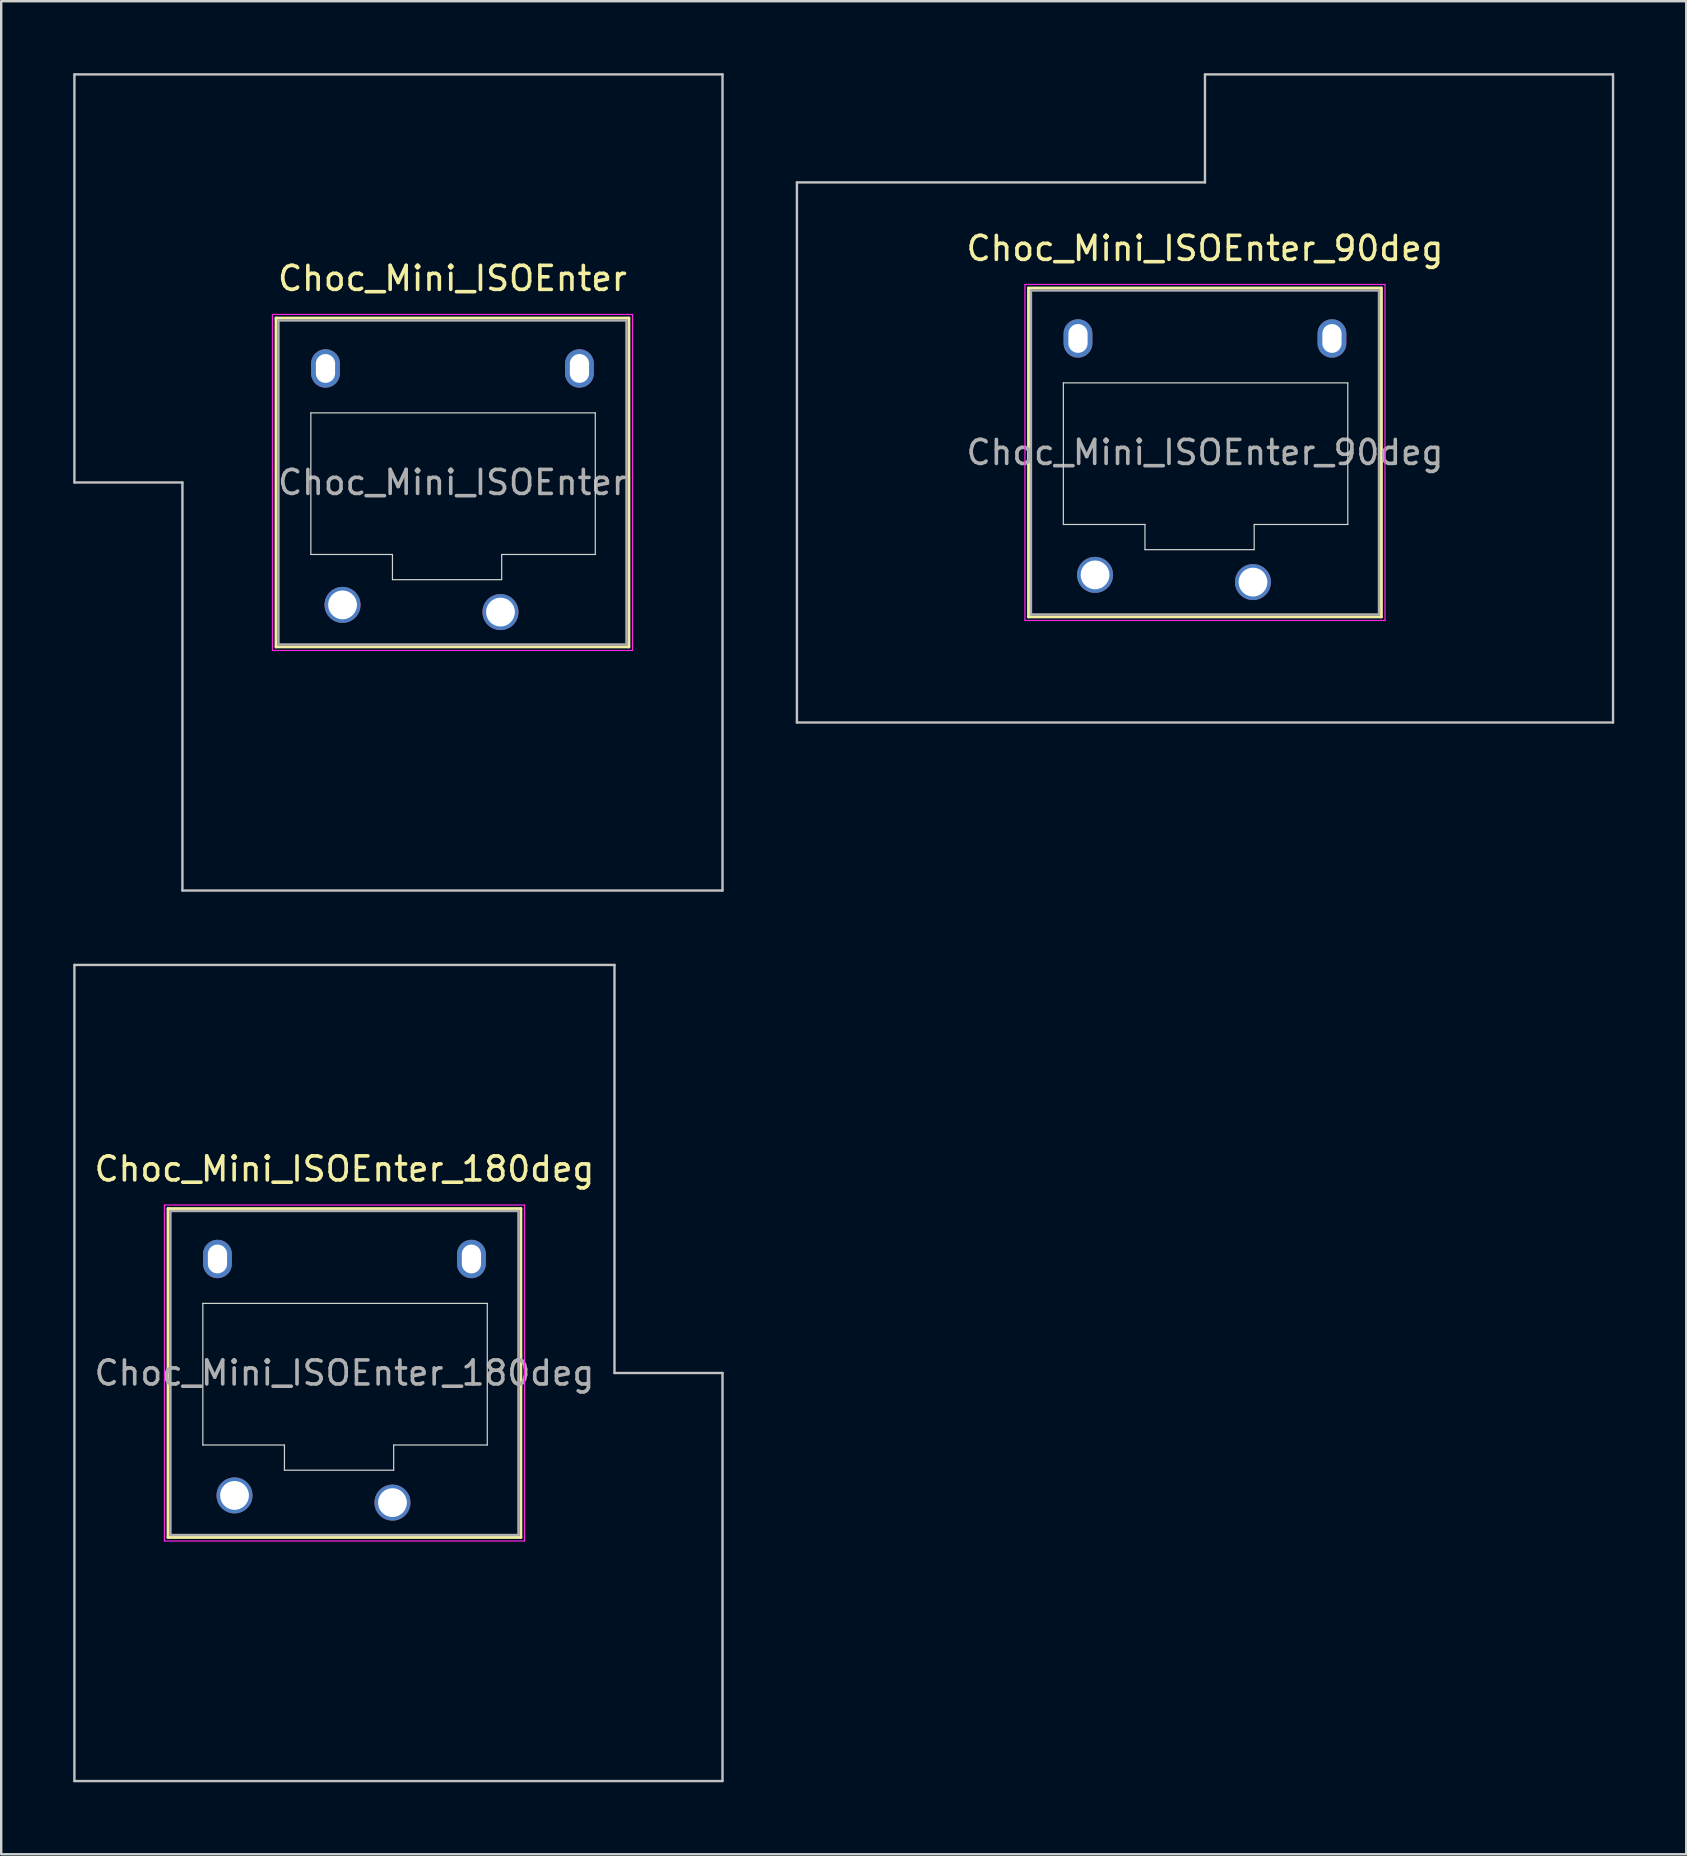
<source format=kicad_pcb>
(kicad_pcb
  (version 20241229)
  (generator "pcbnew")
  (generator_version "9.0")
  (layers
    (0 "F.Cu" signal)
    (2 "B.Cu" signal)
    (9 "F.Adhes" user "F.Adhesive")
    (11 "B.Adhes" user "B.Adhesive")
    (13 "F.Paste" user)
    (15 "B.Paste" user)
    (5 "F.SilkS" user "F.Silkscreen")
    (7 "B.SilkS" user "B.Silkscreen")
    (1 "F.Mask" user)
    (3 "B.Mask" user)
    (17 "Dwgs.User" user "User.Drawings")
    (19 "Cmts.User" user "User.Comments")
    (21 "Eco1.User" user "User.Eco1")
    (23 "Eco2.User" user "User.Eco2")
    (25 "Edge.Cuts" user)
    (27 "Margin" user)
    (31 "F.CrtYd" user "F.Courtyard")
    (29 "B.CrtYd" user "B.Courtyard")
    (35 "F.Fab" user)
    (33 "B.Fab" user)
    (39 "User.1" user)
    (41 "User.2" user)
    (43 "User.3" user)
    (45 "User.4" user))
  (footprint "Choc_Mini_ISOEnter_90deg"
    (layer "F.Cu")
    (at 47.15 15.8)
    (property "Reference" "Choc_Mini_ISOEnter_90deg" (at 0 -8.5 0) (layer "F.SilkS") (effects (font (size 1 1) (thickness 0.15))))
    (attr through_hole)
    (fp_line (start -7.35 -6.85) (end -7.35 6.85) (stroke (width 0.12) (type solid)) (layer "F.SilkS"))
    (fp_line (start -7.35 6.85) (end 7.35 6.85) (stroke (width 0.12) (type solid)) (layer "F.SilkS"))
    (fp_line (start 7.35 -6.85) (end -7.35 -6.85) (stroke (width 0.12) (type solid)) (layer "F.SilkS"))
    (fp_line (start 7.35 6.85) (end 7.35 -6.85) (stroke (width 0.12) (type solid)) (layer "F.SilkS"))
    (fp_line (start -17 -11.25) (end -17 11.25) (stroke (width 0.1) (type solid)) (layer "Dwgs.User"))
    (fp_line (start -17 11.25) (end 17 11.25) (stroke (width 0.1) (type solid)) (layer "Dwgs.User"))
    (fp_line (start 0 -15.75) (end 0 -11.25) (stroke (width 0.1) (type solid)) (layer "Dwgs.User"))
    (fp_line (start 0 -11.25) (end -17 -11.25) (stroke (width 0.1) (type solid)) (layer "Dwgs.User"))
    (fp_line (start 17 -15.75) (end 0 -15.75) (stroke (width 0.1) (type solid)) (layer "Dwgs.User"))
    (fp_line (start 17 11.25) (end 17 -15.75) (stroke (width 0.1) (type solid)) (layer "Dwgs.User"))
    (fp_line (start -6.85 -6.35) (end -6.85 6.35) (stroke (width 0.1) (type solid)) (layer "Eco1.User"))
    (fp_line (start -6.85 6.35) (end 6.85 6.35) (stroke (width 0.1) (type solid)) (layer "Eco1.User"))
    (fp_line (start 6.85 -6.35) (end -6.85 -6.35) (stroke (width 0.1) (type solid)) (layer "Eco1.User"))
    (fp_line (start 6.85 6.35) (end 6.85 -6.35) (stroke (width 0.1) (type solid)) (layer "Eco1.User"))
    (fp_line (start -5.9 -2.9) (end -5.9 3) (stroke (width 0.05) (type solid)) (layer "Edge.Cuts"))
    (fp_line (start -5.9 3) (end -2.5 3) (stroke (width 0.05) (type solid)) (layer "Edge.Cuts"))
    (fp_line (start -2.5 3) (end -2.5 4.05) (stroke (width 0.05) (type solid)) (layer "Edge.Cuts"))
    (fp_line (start -2.5 4.05) (end 2.05 4.05) (stroke (width 0.05) (type solid)) (layer "Edge.Cuts"))
    (fp_line (start 2.05 3) (end 5.95 3) (stroke (width 0.05) (type solid)) (layer "Edge.Cuts"))
    (fp_line (start 2.05 4.05) (end 2.05 3) (stroke (width 0.05) (type solid)) (layer "Edge.Cuts"))
    (fp_line (start 5.95 -2.9) (end -5.9 -2.9) (stroke (width 0.05) (type solid)) (layer "Edge.Cuts"))
    (fp_line (start 5.95 3) (end 5.95 -2.9) (stroke (width 0.05) (type solid)) (layer "Edge.Cuts"))
    (fp_line (start -7.5 -7) (end -7.5 7) (stroke (width 0.05) (type solid)) (layer "F.CrtYd"))
    (fp_line (start -7.5 7) (end 7.5 7) (stroke (width 0.05) (type solid)) (layer "F.CrtYd"))
    (fp_line (start 7.5 -7) (end -7.5 -7) (stroke (width 0.05) (type solid)) (layer "F.CrtYd"))
    (fp_line (start 7.5 7) (end 7.5 -7) (stroke (width 0.05) (type solid)) (layer "F.CrtYd"))
    (fp_line (start -7.25 -6.75) (end -7.25 6.75) (stroke (width 0.1) (type solid)) (layer "F.Fab"))
    (fp_line (start -7.25 6.75) (end 7.25 6.75) (stroke (width 0.1) (type solid)) (layer "F.Fab"))
    (fp_line (start 7.25 -6.75) (end -7.25 -6.75) (stroke (width 0.1) (type solid)) (layer "F.Fab"))
    (fp_line (start 7.25 6.75) (end 7.25 -6.75) (stroke (width 0.1) (type solid)) (layer "F.Fab"))
    (fp_text user "${REFERENCE}" (at 0 0 0) (layer "F.Fab") (effects (font (size 1 1) (thickness 0.15))))
    (pad "" np_thru_hole oval (at -5.29 -4.75) (size 1.2 1.6) (drill oval 0.8 1.2) (layers "*.Cu" "*.Mask"))
    (pad "" np_thru_hole oval (at 5.29 -4.75) (size 1.2 1.6) (drill oval 0.8 1.2) (layers "*.Cu" "*.Mask"))
    (pad "1" thru_hole circle (at 2 5.4) (size 1.5 1.5) (drill 1.2) (layers "*.Cu" "*.Mask"))
    (pad "2" thru_hole circle (at -4.58 5.1) (size 1.5 1.5) (drill 1.2) (layers "*.Cu" "*.Mask")))
  (footprint "Choc_Mini_ISOEnter"
    (layer "F.Cu")
    (at 15.8 17.05)
    (property "Reference" "Choc_Mini_ISOEnter" (at 0 -8.5 0) (layer "F.SilkS") (effects (font (size 1 1) (thickness 0.15))))
    (attr through_hole)
    (fp_line (start -7.35 -6.85) (end -7.35 6.85) (stroke (width 0.12) (type solid)) (layer "F.SilkS"))
    (fp_line (start -7.35 6.85) (end 7.35 6.85) (stroke (width 0.12) (type solid)) (layer "F.SilkS"))
    (fp_line (start 7.35 -6.85) (end -7.35 -6.85) (stroke (width 0.12) (type solid)) (layer "F.SilkS"))
    (fp_line (start 7.35 6.85) (end 7.35 -6.85) (stroke (width 0.12) (type solid)) (layer "F.SilkS"))
    (fp_line (start -15.75 -17) (end -15.75 0) (stroke (width 0.1) (type solid)) (layer "Dwgs.User"))
    (fp_line (start -15.75 0) (end -11.25 0) (stroke (width 0.1) (type solid)) (layer "Dwgs.User"))
    (fp_line (start -11.25 0) (end -11.25 17) (stroke (width 0.1) (type solid)) (layer "Dwgs.User"))
    (fp_line (start -11.25 17) (end 11.25 17) (stroke (width 0.1) (type solid)) (layer "Dwgs.User"))
    (fp_line (start 11.25 -17) (end -15.75 -17) (stroke (width 0.1) (type solid)) (layer "Dwgs.User"))
    (fp_line (start 11.25 17) (end 11.25 -17) (stroke (width 0.1) (type solid)) (layer "Dwgs.User"))
    (fp_line (start -6.85 -6.35) (end -6.85 6.35) (stroke (width 0.1) (type solid)) (layer "Eco1.User"))
    (fp_line (start -6.85 6.35) (end 6.85 6.35) (stroke (width 0.1) (type solid)) (layer "Eco1.User"))
    (fp_line (start 6.85 -6.35) (end -6.85 -6.35) (stroke (width 0.1) (type solid)) (layer "Eco1.User"))
    (fp_line (start 6.85 6.35) (end 6.85 -6.35) (stroke (width 0.1) (type solid)) (layer "Eco1.User"))
    (fp_line (start -5.9 -2.9) (end -5.9 3) (stroke (width 0.05) (type solid)) (layer "Edge.Cuts"))
    (fp_line (start -5.9 3) (end -2.5 3) (stroke (width 0.05) (type solid)) (layer "Edge.Cuts"))
    (fp_line (start -2.5 3) (end -2.5 4.05) (stroke (width 0.05) (type solid)) (layer "Edge.Cuts"))
    (fp_line (start -2.5 4.05) (end 2.05 4.05) (stroke (width 0.05) (type solid)) (layer "Edge.Cuts"))
    (fp_line (start 2.05 3) (end 5.95 3) (stroke (width 0.05) (type solid)) (layer "Edge.Cuts"))
    (fp_line (start 2.05 4.05) (end 2.05 3) (stroke (width 0.05) (type solid)) (layer "Edge.Cuts"))
    (fp_line (start 5.95 -2.9) (end -5.9 -2.9) (stroke (width 0.05) (type solid)) (layer "Edge.Cuts"))
    (fp_line (start 5.95 3) (end 5.95 -2.9) (stroke (width 0.05) (type solid)) (layer "Edge.Cuts"))
    (fp_line (start -7.5 -7) (end -7.5 7) (stroke (width 0.05) (type solid)) (layer "F.CrtYd"))
    (fp_line (start -7.5 7) (end 7.5 7) (stroke (width 0.05) (type solid)) (layer "F.CrtYd"))
    (fp_line (start 7.5 -7) (end -7.5 -7) (stroke (width 0.05) (type solid)) (layer "F.CrtYd"))
    (fp_line (start 7.5 7) (end 7.5 -7) (stroke (width 0.05) (type solid)) (layer "F.CrtYd"))
    (fp_line (start -7.25 -6.75) (end -7.25 6.75) (stroke (width 0.1) (type solid)) (layer "F.Fab"))
    (fp_line (start -7.25 6.75) (end 7.25 6.75) (stroke (width 0.1) (type solid)) (layer "F.Fab"))
    (fp_line (start 7.25 -6.75) (end -7.25 -6.75) (stroke (width 0.1) (type solid)) (layer "F.Fab"))
    (fp_line (start 7.25 6.75) (end 7.25 -6.75) (stroke (width 0.1) (type solid)) (layer "F.Fab"))
    (fp_text user "${REFERENCE}" (at 0 0 0) (layer "F.Fab") (effects (font (size 1 1) (thickness 0.15))))
    (pad "" np_thru_hole oval (at -5.29 -4.75) (size 1.2 1.6) (drill oval 0.8 1.2) (layers "*.Cu" "*.Mask"))
    (pad "" np_thru_hole oval (at 5.29 -4.75) (size 1.2 1.6) (drill oval 0.8 1.2) (layers "*.Cu" "*.Mask"))
    (pad "1" thru_hole circle (at 2 5.4) (size 1.5 1.5) (drill 1.2) (layers "*.Cu" "*.Mask"))
    (pad "2" thru_hole circle (at -4.58 5.1) (size 1.5 1.5) (drill 1.2) (layers "*.Cu" "*.Mask")))
  (footprint "Choc_Mini_ISOEnter_180deg"
    (layer "F.Cu")
    (at 11.3 54.15)
    (property "Reference" "Choc_Mini_ISOEnter_180deg" (at 0 -8.5 0) (layer "F.SilkS") (effects (font (size 1 1) (thickness 0.15))))
    (attr through_hole)
    (fp_line (start -7.35 -6.85) (end -7.35 6.85) (stroke (width 0.12) (type solid)) (layer "F.SilkS"))
    (fp_line (start -7.35 6.85) (end 7.35 6.85) (stroke (width 0.12) (type solid)) (layer "F.SilkS"))
    (fp_line (start 7.35 -6.85) (end -7.35 -6.85) (stroke (width 0.12) (type solid)) (layer "F.SilkS"))
    (fp_line (start 7.35 6.85) (end 7.35 -6.85) (stroke (width 0.12) (type solid)) (layer "F.SilkS"))
    (fp_line (start -11.25 -17) (end -11.25 17) (stroke (width 0.1) (type solid)) (layer "Dwgs.User"))
    (fp_line (start -11.25 17) (end 15.75 17) (stroke (width 0.1) (type solid)) (layer "Dwgs.User"))
    (fp_line (start 11.25 -17) (end -11.25 -17) (stroke (width 0.1) (type solid)) (layer "Dwgs.User"))
    (fp_line (start 11.25 0) (end 11.25 -17) (stroke (width 0.1) (type solid)) (layer "Dwgs.User"))
    (fp_line (start 15.75 0) (end 11.25 0) (stroke (width 0.1) (type solid)) (layer "Dwgs.User"))
    (fp_line (start 15.75 17) (end 15.75 0) (stroke (width 0.1) (type solid)) (layer "Dwgs.User"))
    (fp_line (start -6.85 -6.35) (end -6.85 6.35) (stroke (width 0.1) (type solid)) (layer "Eco1.User"))
    (fp_line (start -6.85 6.35) (end 6.85 6.35) (stroke (width 0.1) (type solid)) (layer "Eco1.User"))
    (fp_line (start 6.85 -6.35) (end -6.85 -6.35) (stroke (width 0.1) (type solid)) (layer "Eco1.User"))
    (fp_line (start 6.85 6.35) (end 6.85 -6.35) (stroke (width 0.1) (type solid)) (layer "Eco1.User"))
    (fp_line (start -5.9 -2.9) (end -5.9 3) (stroke (width 0.05) (type solid)) (layer "Edge.Cuts"))
    (fp_line (start -5.9 3) (end -2.5 3) (stroke (width 0.05) (type solid)) (layer "Edge.Cuts"))
    (fp_line (start -2.5 3) (end -2.5 4.05) (stroke (width 0.05) (type solid)) (layer "Edge.Cuts"))
    (fp_line (start -2.5 4.05) (end 2.05 4.05) (stroke (width 0.05) (type solid)) (layer "Edge.Cuts"))
    (fp_line (start 2.05 3) (end 5.95 3) (stroke (width 0.05) (type solid)) (layer "Edge.Cuts"))
    (fp_line (start 2.05 4.05) (end 2.05 3) (stroke (width 0.05) (type solid)) (layer "Edge.Cuts"))
    (fp_line (start 5.95 -2.9) (end -5.9 -2.9) (stroke (width 0.05) (type solid)) (layer "Edge.Cuts"))
    (fp_line (start 5.95 3) (end 5.95 -2.9) (stroke (width 0.05) (type solid)) (layer "Edge.Cuts"))
    (fp_line (start -7.5 -7) (end -7.5 7) (stroke (width 0.05) (type solid)) (layer "F.CrtYd"))
    (fp_line (start -7.5 7) (end 7.5 7) (stroke (width 0.05) (type solid)) (layer "F.CrtYd"))
    (fp_line (start 7.5 -7) (end -7.5 -7) (stroke (width 0.05) (type solid)) (layer "F.CrtYd"))
    (fp_line (start 7.5 7) (end 7.5 -7) (stroke (width 0.05) (type solid)) (layer "F.CrtYd"))
    (fp_line (start -7.25 -6.75) (end -7.25 6.75) (stroke (width 0.1) (type solid)) (layer "F.Fab"))
    (fp_line (start -7.25 6.75) (end 7.25 6.75) (stroke (width 0.1) (type solid)) (layer "F.Fab"))
    (fp_line (start 7.25 -6.75) (end -7.25 -6.75) (stroke (width 0.1) (type solid)) (layer "F.Fab"))
    (fp_line (start 7.25 6.75) (end 7.25 -6.75) (stroke (width 0.1) (type solid)) (layer "F.Fab"))
    (fp_text user "${REFERENCE}" (at 0 0 0) (layer "F.Fab") (effects (font (size 1 1) (thickness 0.15))))
    (pad "" np_thru_hole oval (at -5.29 -4.75) (size 1.2 1.6) (drill oval 0.8 1.2) (layers "*.Cu" "*.Mask"))
    (pad "" np_thru_hole oval (at 5.29 -4.75) (size 1.2 1.6) (drill oval 0.8 1.2) (layers "*.Cu" "*.Mask"))
    (pad "1" thru_hole circle (at 2 5.4) (size 1.5 1.5) (drill 1.2) (layers "*.Cu" "*.Mask"))
    (pad "2" thru_hole circle (at -4.58 5.1) (size 1.5 1.5) (drill 1.2) (layers "*.Cu" "*.Mask")))
  (gr_rect
    (start -3 -3)
    (end 67.2 74.2)
    (stroke (width 0.1) (type default))
    (fill no)
    (layer "Edge.Cuts")))
</source>
